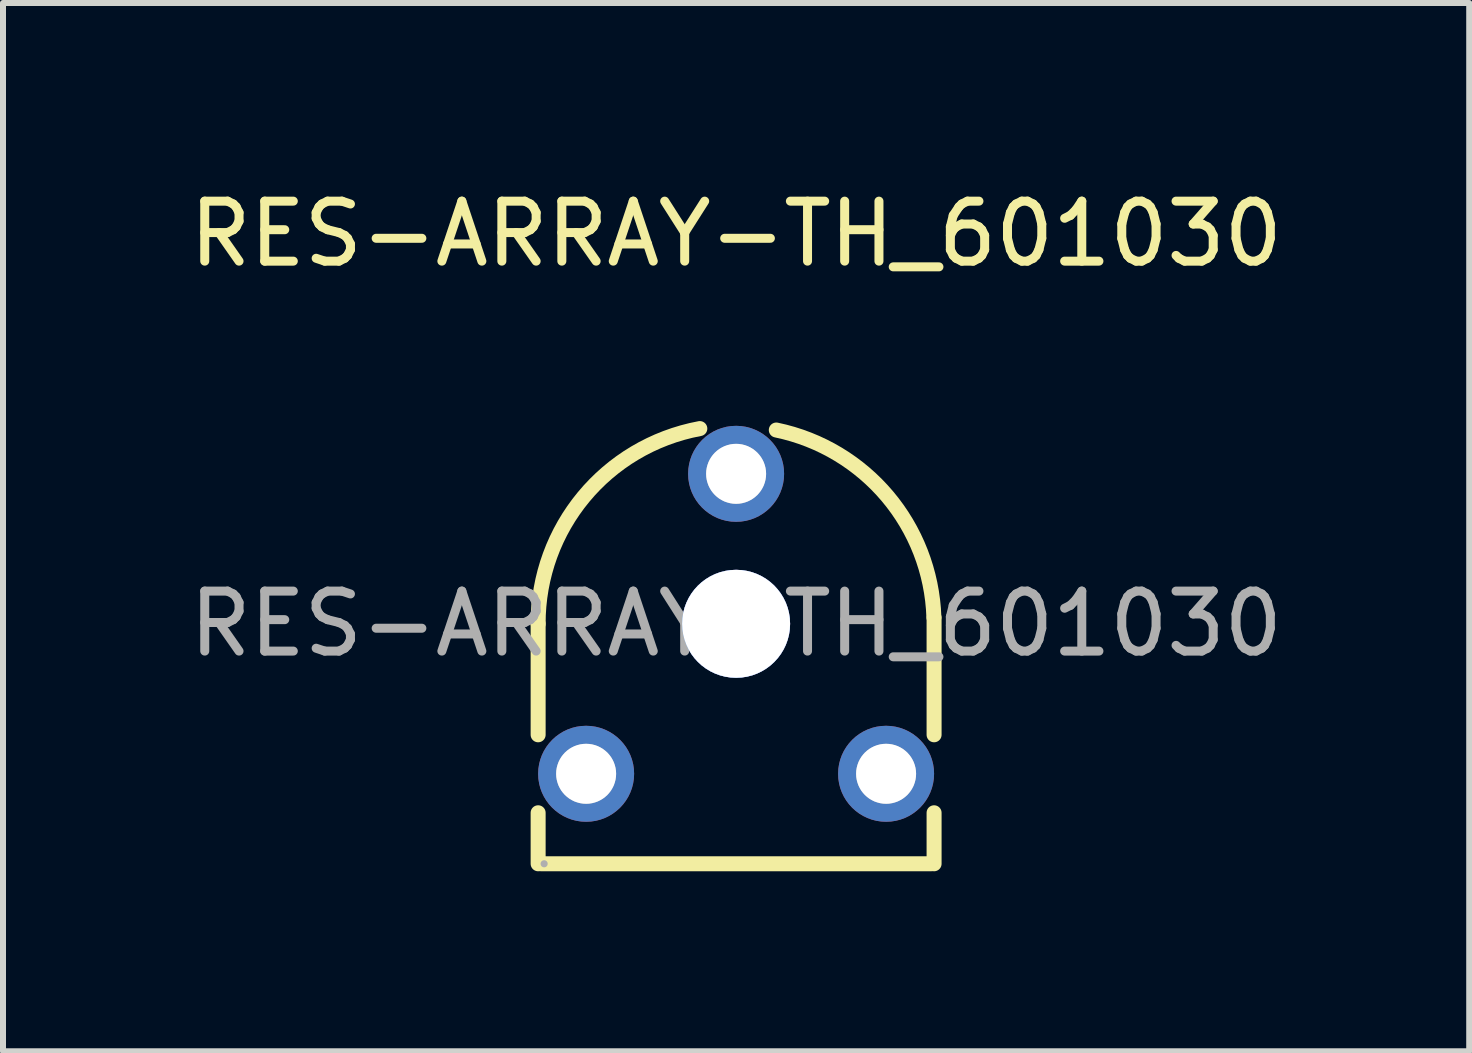
<source format=kicad_pcb>
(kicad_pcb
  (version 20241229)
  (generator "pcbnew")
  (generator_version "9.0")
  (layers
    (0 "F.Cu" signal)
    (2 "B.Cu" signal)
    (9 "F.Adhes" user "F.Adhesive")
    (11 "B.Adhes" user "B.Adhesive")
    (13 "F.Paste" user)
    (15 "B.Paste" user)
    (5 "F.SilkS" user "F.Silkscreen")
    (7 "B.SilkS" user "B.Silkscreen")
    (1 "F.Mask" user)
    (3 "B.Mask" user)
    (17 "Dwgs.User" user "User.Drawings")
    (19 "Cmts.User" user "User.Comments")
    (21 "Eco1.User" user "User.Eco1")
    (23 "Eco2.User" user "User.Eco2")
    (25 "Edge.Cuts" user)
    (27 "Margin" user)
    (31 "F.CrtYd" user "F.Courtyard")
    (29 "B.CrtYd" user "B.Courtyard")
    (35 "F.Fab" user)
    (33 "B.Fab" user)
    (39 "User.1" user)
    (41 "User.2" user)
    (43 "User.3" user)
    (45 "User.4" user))
  (footprint "RES-ARRAY-TH_601030"
    (layer "F.Cu")
    (at 9.22 7.348)
    (property "Reference" "RES-ARRAY-TH_601030" (at 0 -6.5 0) (layer "F.SilkS") (effects (font (size 1 1) (thickness 0.15))))
    (attr through_hole)
    (fp_line (start -3.3 0) (end -3.3 1.85) (stroke (width 0.25) (type solid)) (layer "F.SilkS"))
    (fp_line (start -3.3 3.15) (end -3.3 4) (stroke (width 0.25) (type solid)) (layer "F.SilkS"))
    (fp_line (start -3.25 4) (end 3.25 4) (stroke (width 0.25) (type solid)) (layer "F.SilkS"))
    (fp_line (start 3.3 -0.1) (end 3.3 1.85) (stroke (width 0.25) (type solid)) (layer "F.SilkS"))
    (fp_line (start 3.3 3.15) (end 3.3 4) (stroke (width 0.25) (type solid)) (layer "F.SilkS"))
    (fp_arc (start -3.3 0) (mid -2.541553 -2.114901) (end -0.604983 -3.254086) (stroke (width 0.25) (type solid)) (layer "F.SilkS"))
    (fp_arc (start 0.67 -3.23) (mid 2.523612 -2.124425) (end 3.296941 -0.109446) (stroke (width 0.25) (type solid)) (layer "F.SilkS"))
    (fp_circle (center 0 0) (end 0.45 0) (stroke (width 0.9) (type solid)) (fill no) (layer "Cmts.User"))
    (fp_circle (center -3.2 4) (end -3.17 4) (stroke (width 0.06) (type solid)) (fill no) (layer "F.Fab"))
    (fp_circle (center -2.5 2.5) (end -2.25 2.5) (stroke (width 0.5) (type solid)) (fill no) (layer "F.Fab"))
    (fp_circle (center 0 -2.5) (end 0.25 -2.5) (stroke (width 0.5) (type solid)) (fill no) (layer "F.Fab"))
    (fp_circle (center 2.5 2.5) (end 2.75 2.5) (stroke (width 0.5) (type solid)) (fill no) (layer "F.Fab"))
    (fp_text user "${REFERENCE}" (at 0 0 0) (layer "F.Fab") (effects (font (size 1 1) (thickness 0.15))))
    (pad "" thru_hole circle (at 0 0) (size 1.8 1.8) (drill 1.8) (layers "*.Cu" "*.Mask"))
    (pad "1" thru_hole circle (at -2.5 2.5) (size 1.6 1.6) (drill 1) (layers "*.Cu" "*.Mask"))
    (pad "2" thru_hole circle (at 0 -2.5) (size 1.6 1.6) (drill 1) (layers "*.Cu" "*.Mask"))
    (pad "3" thru_hole circle (at 2.5 2.5) (size 1.6 1.6) (drill 1) (layers "*.Cu" "*.Mask")))
  (gr_rect
    (start -3 -3)
    (end 21.44 14.473)
    (stroke (width 0.1) (type default))
    (fill no)
    (layer "Edge.Cuts")))
</source>
